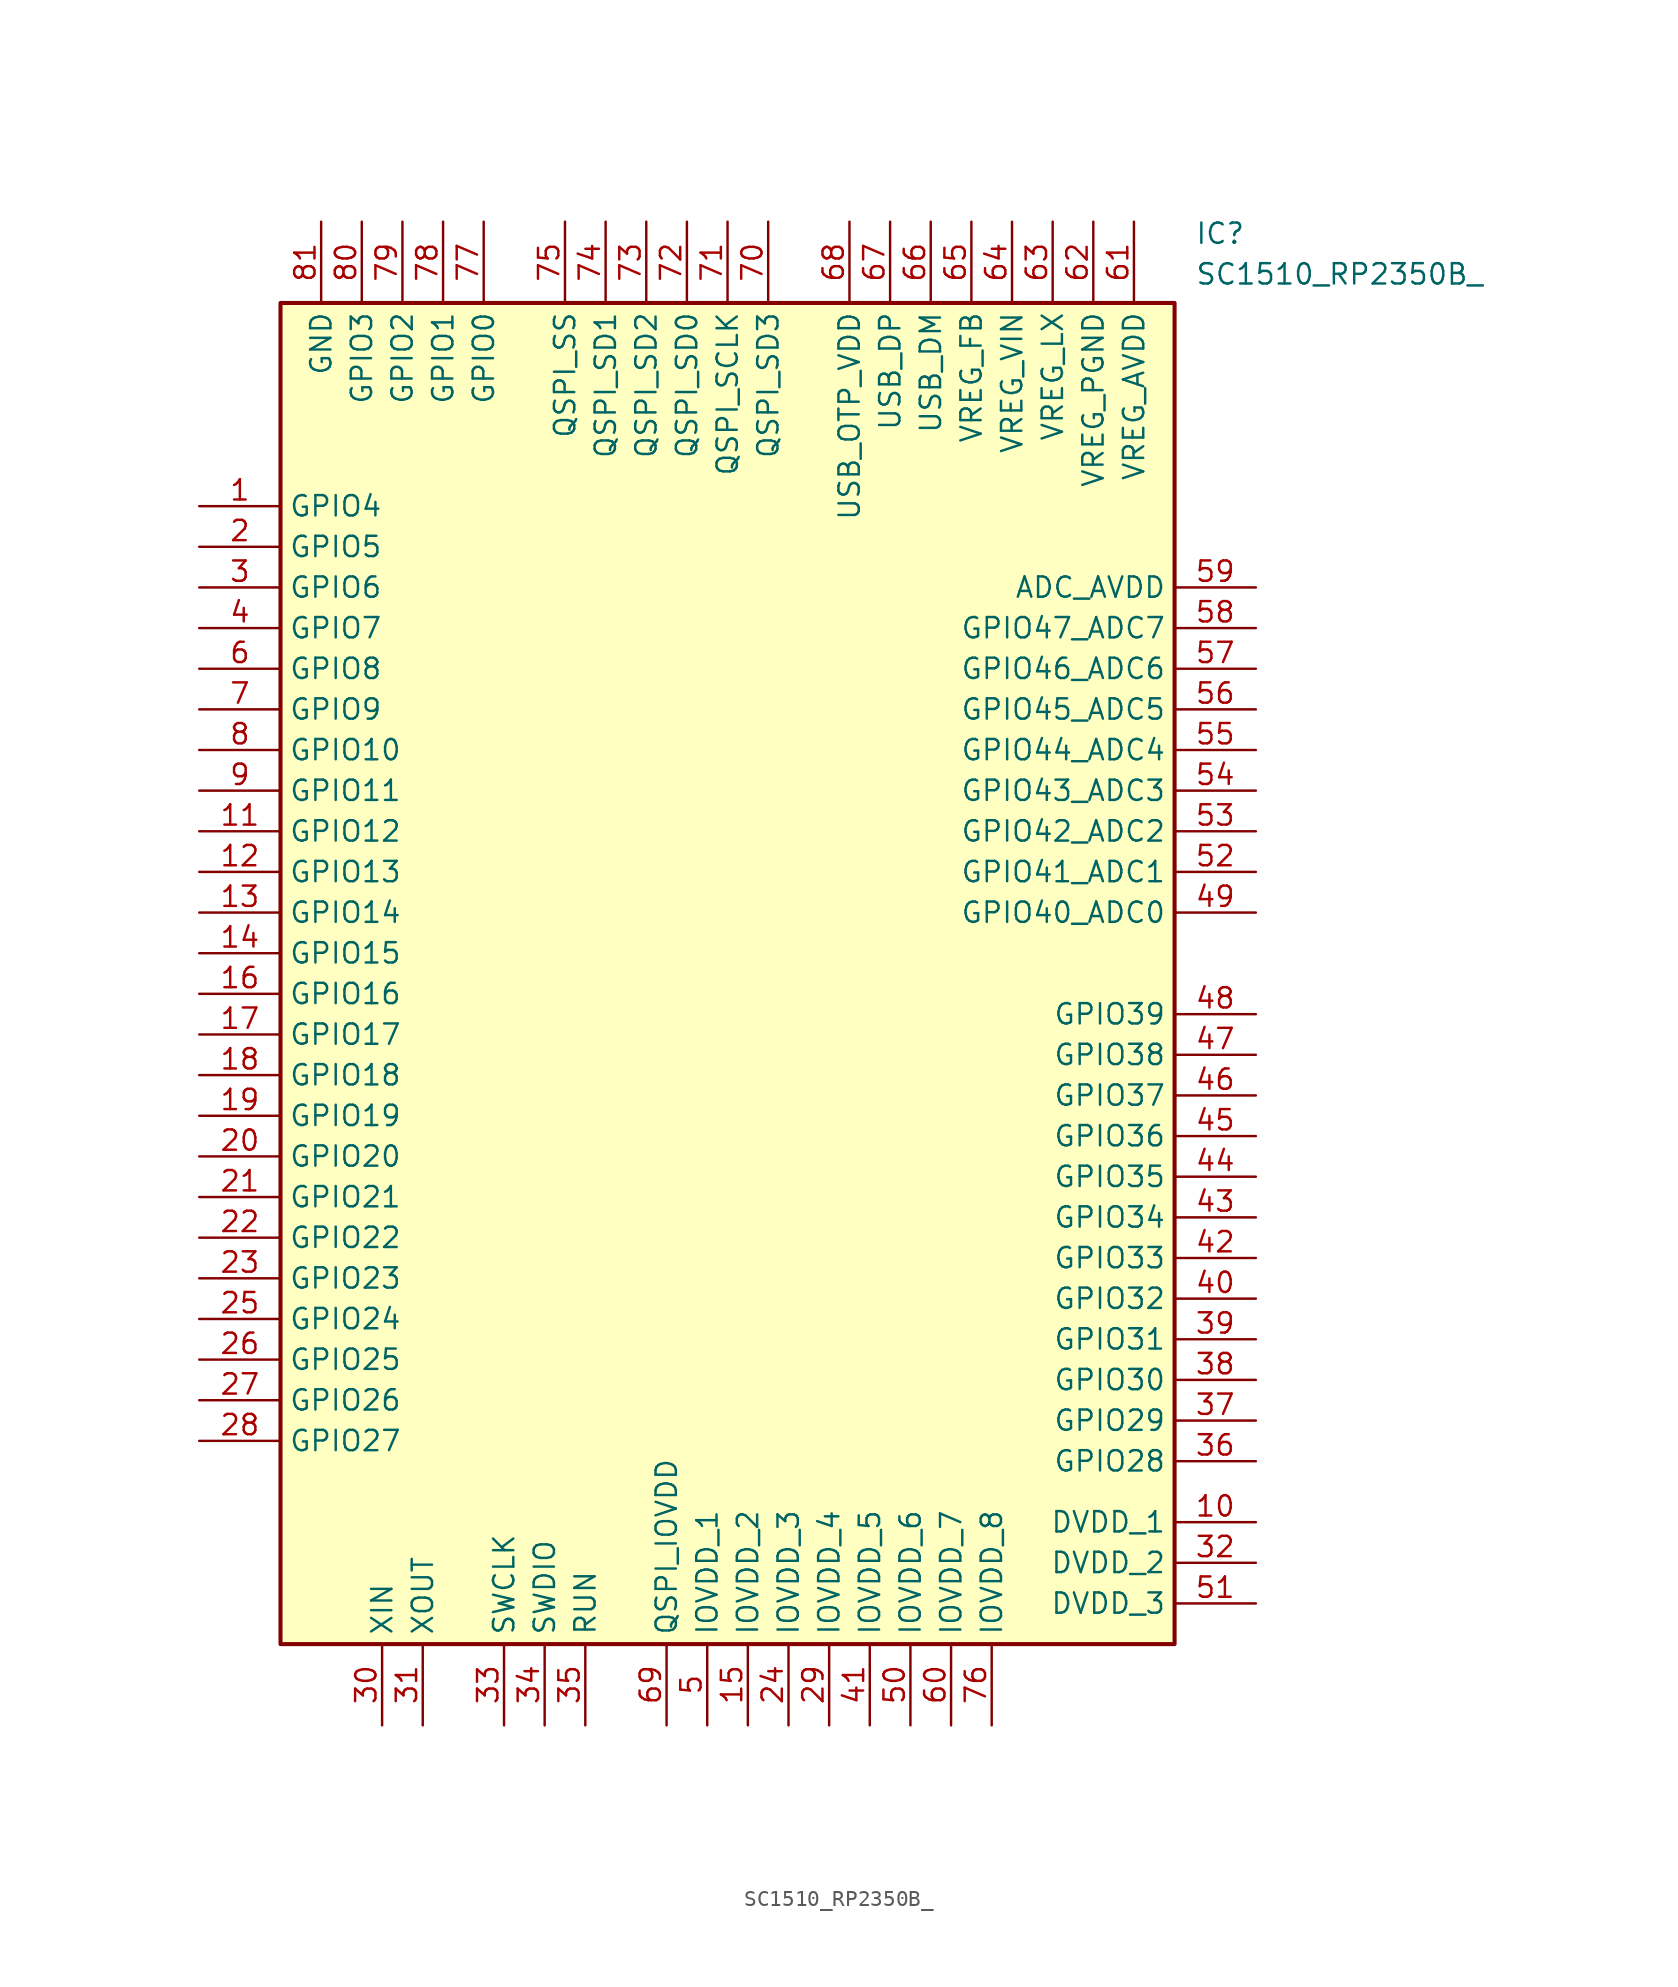
<source format=kicad_sym>
(kicad_symbol_lib
  (version 20241209)
  (generator "kicad_symbol_editor")
  (generator_version "9.0")
  (symbol "SC1510_RP2350B_"
    (property "Reference" "IC"
      (at 62.23 25.4 0)
      (effects (font (size 1.27 1.27)) (justify left top)))
    (property "Value" "SC1510_RP2350B_"
      (at 62.23 22.86 0)
      (effects (font (size 1.27 1.27)) (justify left top)))
    (symbol "SC1510_RP2350B__1_1"
      (rectangle (start 5.08 20.32) (end 60.96 -63.5) (stroke (width 0.254) (type default)) (fill (type background)))
      (pin passive line (at 0 7.62 0) (length 5.08) (name "GPIO4" (effects (font (size 1.27 1.27)))) (number "1" (effects (font (size 1.27 1.27)))))
      (pin passive line (at 0 5.08 0) (length 5.08) (name "GPIO5" (effects (font (size 1.27 1.27)))) (number "2" (effects (font (size 1.27 1.27)))))
      (pin passive line (at 0 2.54 0) (length 5.08) (name "GPIO6" (effects (font (size 1.27 1.27)))) (number "3" (effects (font (size 1.27 1.27)))))
      (pin passive line (at 0 0 0) (length 5.08) (name "GPIO7" (effects (font (size 1.27 1.27)))) (number "4" (effects (font (size 1.27 1.27)))))
      (pin passive line (at 0 -2.54 0) (length 5.08) (name "GPIO8" (effects (font (size 1.27 1.27)))) (number "6" (effects (font (size 1.27 1.27)))))
      (pin passive line (at 0 -5.08 0) (length 5.08) (name "GPIO9" (effects (font (size 1.27 1.27)))) (number "7" (effects (font (size 1.27 1.27)))))
      (pin passive line (at 0 -7.62 0) (length 5.08) (name "GPIO10" (effects (font (size 1.27 1.27)))) (number "8" (effects (font (size 1.27 1.27)))))
      (pin passive line (at 0 -10.16 0) (length 5.08) (name "GPIO11" (effects (font (size 1.27 1.27)))) (number "9" (effects (font (size 1.27 1.27)))))
      (pin passive line (at 0 -12.7 0) (length 5.08) (name "GPIO12" (effects (font (size 1.27 1.27)))) (number "11" (effects (font (size 1.27 1.27)))))
      (pin passive line (at 0 -15.24 0) (length 5.08) (name "GPIO13" (effects (font (size 1.27 1.27)))) (number "12" (effects (font (size 1.27 1.27)))))
      (pin passive line (at 0 -17.78 0) (length 5.08) (name "GPIO14" (effects (font (size 1.27 1.27)))) (number "13" (effects (font (size 1.27 1.27)))))
      (pin passive line (at 0 -20.32 0) (length 5.08) (name "GPIO15" (effects (font (size 1.27 1.27)))) (number "14" (effects (font (size 1.27 1.27)))))
      (pin passive line (at 0 -22.86 0) (length 5.08) (name "GPIO16" (effects (font (size 1.27 1.27)))) (number "16" (effects (font (size 1.27 1.27)))))
      (pin passive line (at 0 -25.4 0) (length 5.08) (name "GPIO17" (effects (font (size 1.27 1.27)))) (number "17" (effects (font (size 1.27 1.27)))))
      (pin passive line (at 0 -27.94 0) (length 5.08) (name "GPIO18" (effects (font (size 1.27 1.27)))) (number "18" (effects (font (size 1.27 1.27)))))
      (pin passive line (at 0 -30.48 0) (length 5.08) (name "GPIO19" (effects (font (size 1.27 1.27)))) (number "19" (effects (font (size 1.27 1.27)))))
      (pin passive line (at 0 -33.02 0) (length 5.08) (name "GPIO20" (effects (font (size 1.27 1.27)))) (number "20" (effects (font (size 1.27 1.27)))))
      (pin passive line (at 0 -35.56 0) (length 5.08) (name "GPIO21" (effects (font (size 1.27 1.27)))) (number "21" (effects (font (size 1.27 1.27)))))
      (pin passive line (at 0 -38.1 0) (length 5.08) (name "GPIO22" (effects (font (size 1.27 1.27)))) (number "22" (effects (font (size 1.27 1.27)))))
      (pin passive line (at 0 -40.64 0) (length 5.08) (name "GPIO23" (effects (font (size 1.27 1.27)))) (number "23" (effects (font (size 1.27 1.27)))))
      (pin passive line (at 0 -43.18 0) (length 5.08) (name "GPIO24" (effects (font (size 1.27 1.27)))) (number "25" (effects (font (size 1.27 1.27)))))
      (pin passive line (at 0 -45.72 0) (length 5.08) (name "GPIO25" (effects (font (size 1.27 1.27)))) (number "26" (effects (font (size 1.27 1.27)))))
      (pin passive line (at 0 -48.26 0) (length 5.08) (name "GPIO26" (effects (font (size 1.27 1.27)))) (number "27" (effects (font (size 1.27 1.27)))))
      (pin passive line (at 0 -50.8 0) (length 5.08) (name "GPIO27" (effects (font (size 1.27 1.27)))) (number "28" (effects (font (size 1.27 1.27)))))
      (pin passive line (at 7.62 25.4 270) (length 5.08) (name "GND" (effects (font (size 1.27 1.27)))) (number "81" (effects (font (size 1.27 1.27)))))
      (pin passive line (at 10.16 25.4 270) (length 5.08) (name "GPIO3" (effects (font (size 1.27 1.27)))) (number "80" (effects (font (size 1.27 1.27)))))
      (pin passive line (at 11.43 -68.58 90) (length 5.08) (name "XIN" (effects (font (size 1.27 1.27)))) (number "30" (effects (font (size 1.27 1.27)))))
      (pin passive line (at 12.7 25.4 270) (length 5.08) (name "GPIO2" (effects (font (size 1.27 1.27)))) (number "79" (effects (font (size 1.27 1.27)))))
      (pin passive line (at 13.97 -68.58 90) (length 5.08) (name "XOUT" (effects (font (size 1.27 1.27)))) (number "31" (effects (font (size 1.27 1.27)))))
      (pin passive line (at 15.24 25.4 270) (length 5.08) (name "GPIO1" (effects (font (size 1.27 1.27)))) (number "78" (effects (font (size 1.27 1.27)))))
      (pin passive line (at 17.78 25.4 270) (length 5.08) (name "GPIO0" (effects (font (size 1.27 1.27)))) (number "77" (effects (font (size 1.27 1.27)))))
      (pin passive line (at 19.05 -68.58 90) (length 5.08) (name "SWCLK" (effects (font (size 1.27 1.27)))) (number "33" (effects (font (size 1.27 1.27)))))
      (pin passive line (at 21.59 -68.58 90) (length 5.08) (name "SWDIO" (effects (font (size 1.27 1.27)))) (number "34" (effects (font (size 1.27 1.27)))))
      (pin passive line (at 22.86 25.4 270) (length 5.08) (name "QSPI_SS" (effects (font (size 1.27 1.27)))) (number "75" (effects (font (size 1.27 1.27)))))
      (pin passive line (at 24.13 -68.58 90) (length 5.08) (name "RUN" (effects (font (size 1.27 1.27)))) (number "35" (effects (font (size 1.27 1.27)))))
      (pin passive line (at 25.4 25.4 270) (length 5.08) (name "QSPI_SD1" (effects (font (size 1.27 1.27)))) (number "74" (effects (font (size 1.27 1.27)))))
      (pin passive line (at 27.94 25.4 270) (length 5.08) (name "QSPI_SD2" (effects (font (size 1.27 1.27)))) (number "73" (effects (font (size 1.27 1.27)))))
      (pin passive line (at 29.21 -68.58 90) (length 5.08) (name "QSPI_IOVDD" (effects (font (size 1.27 1.27)))) (number "69" (effects (font (size 1.27 1.27)))))
      (pin passive line (at 30.48 25.4 270) (length 5.08) (name "QSPI_SD0" (effects (font (size 1.27 1.27)))) (number "72" (effects (font (size 1.27 1.27)))))
      (pin passive line (at 31.75 -68.58 90) (length 5.08) (name "IOVDD_1" (effects (font (size 1.27 1.27)))) (number "5" (effects (font (size 1.27 1.27)))))
      (pin passive line (at 33.02 25.4 270) (length 5.08) (name "QSPI_SCLK" (effects (font (size 1.27 1.27)))) (number "71" (effects (font (size 1.27 1.27)))))
      (pin passive line (at 34.29 -68.58 90) (length 5.08) (name "IOVDD_2" (effects (font (size 1.27 1.27)))) (number "15" (effects (font (size 1.27 1.27)))))
      (pin passive line (at 35.56 25.4 270) (length 5.08) (name "QSPI_SD3" (effects (font (size 1.27 1.27)))) (number "70" (effects (font (size 1.27 1.27)))))
      (pin passive line (at 36.83 -68.58 90) (length 5.08) (name "IOVDD_3" (effects (font (size 1.27 1.27)))) (number "24" (effects (font (size 1.27 1.27)))))
      (pin passive line (at 39.37 -68.58 90) (length 5.08) (name "IOVDD_4" (effects (font (size 1.27 1.27)))) (number "29" (effects (font (size 1.27 1.27)))))
      (pin passive line (at 40.64 25.4 270) (length 5.08) (name "USB_OTP_VDD" (effects (font (size 1.27 1.27)))) (number "68" (effects (font (size 1.27 1.27)))))
      (pin passive line (at 41.91 -68.58 90) (length 5.08) (name "IOVDD_5" (effects (font (size 1.27 1.27)))) (number "41" (effects (font (size 1.27 1.27)))))
      (pin passive line (at 43.18 25.4 270) (length 5.08) (name "USB_DP" (effects (font (size 1.27 1.27)))) (number "67" (effects (font (size 1.27 1.27)))))
      (pin passive line (at 44.45 -68.58 90) (length 5.08) (name "IOVDD_6" (effects (font (size 1.27 1.27)))) (number "50" (effects (font (size 1.27 1.27)))))
      (pin passive line (at 45.72 25.4 270) (length 5.08) (name "USB_DM" (effects (font (size 1.27 1.27)))) (number "66" (effects (font (size 1.27 1.27)))))
      (pin passive line (at 46.99 -68.58 90) (length 5.08) (name "IOVDD_7" (effects (font (size 1.27 1.27)))) (number "60" (effects (font (size 1.27 1.27)))))
      (pin passive line (at 48.26 25.4 270) (length 5.08) (name "VREG_FB" (effects (font (size 1.27 1.27)))) (number "65" (effects (font (size 1.27 1.27)))))
      (pin passive line (at 49.53 -68.58 90) (length 5.08) (name "IOVDD_8" (effects (font (size 1.27 1.27)))) (number "76" (effects (font (size 1.27 1.27)))))
      (pin passive line (at 50.8 25.4 270) (length 5.08) (name "VREG_VIN" (effects (font (size 1.27 1.27)))) (number "64" (effects (font (size 1.27 1.27)))))
      (pin passive line (at 53.34 25.4 270) (length 5.08) (name "VREG_LX" (effects (font (size 1.27 1.27)))) (number "63" (effects (font (size 1.27 1.27)))))
      (pin passive line (at 55.88 25.4 270) (length 5.08) (name "VREG_PGND" (effects (font (size 1.27 1.27)))) (number "62" (effects (font (size 1.27 1.27)))))
      (pin passive line (at 58.42 25.4 270) (length 5.08) (name "VREG_AVDD" (effects (font (size 1.27 1.27)))) (number "61" (effects (font (size 1.27 1.27)))))
      (pin passive line (at 66.04 2.54 180) (length 5.08) (name "ADC_AVDD" (effects (font (size 1.27 1.27)))) (number "59" (effects (font (size 1.27 1.27)))))
      (pin passive line (at 66.04 0 180) (length 5.08) (name "GPIO47_ADC7" (effects (font (size 1.27 1.27)))) (number "58" (effects (font (size 1.27 1.27)))))
      (pin passive line (at 66.04 -2.54 180) (length 5.08) (name "GPIO46_ADC6" (effects (font (size 1.27 1.27)))) (number "57" (effects (font (size 1.27 1.27)))))
      (pin passive line (at 66.04 -5.08 180) (length 5.08) (name "GPIO45_ADC5" (effects (font (size 1.27 1.27)))) (number "56" (effects (font (size 1.27 1.27)))))
      (pin passive line (at 66.04 -7.62 180) (length 5.08) (name "GPIO44_ADC4" (effects (font (size 1.27 1.27)))) (number "55" (effects (font (size 1.27 1.27)))))
      (pin passive line (at 66.04 -10.16 180) (length 5.08) (name "GPIO43_ADC3" (effects (font (size 1.27 1.27)))) (number "54" (effects (font (size 1.27 1.27)))))
      (pin passive line (at 66.04 -12.7 180) (length 5.08) (name "GPIO42_ADC2" (effects (font (size 1.27 1.27)))) (number "53" (effects (font (size 1.27 1.27)))))
      (pin passive line (at 66.04 -15.24 180) (length 5.08) (name "GPIO41_ADC1" (effects (font (size 1.27 1.27)))) (number "52" (effects (font (size 1.27 1.27)))))
      (pin passive line (at 66.04 -17.78 180) (length 5.08) (name "GPIO40_ADC0" (effects (font (size 1.27 1.27)))) (number "49" (effects (font (size 1.27 1.27)))))
      (pin passive line (at 66.04 -24.13 180) (length 5.08) (name "GPIO39" (effects (font (size 1.27 1.27)))) (number "48" (effects (font (size 1.27 1.27)))))
      (pin passive line (at 66.04 -26.67 180) (length 5.08) (name "GPIO38" (effects (font (size 1.27 1.27)))) (number "47" (effects (font (size 1.27 1.27)))))
      (pin passive line (at 66.04 -29.21 180) (length 5.08) (name "GPIO37" (effects (font (size 1.27 1.27)))) (number "46" (effects (font (size 1.27 1.27)))))
      (pin passive line (at 66.04 -31.75 180) (length 5.08) (name "GPIO36" (effects (font (size 1.27 1.27)))) (number "45" (effects (font (size 1.27 1.27)))))
      (pin passive line (at 66.04 -34.29 180) (length 5.08) (name "GPIO35" (effects (font (size 1.27 1.27)))) (number "44" (effects (font (size 1.27 1.27)))))
      (pin passive line (at 66.04 -36.83 180) (length 5.08) (name "GPIO34" (effects (font (size 1.27 1.27)))) (number "43" (effects (font (size 1.27 1.27)))))
      (pin passive line (at 66.04 -39.37 180) (length 5.08) (name "GPIO33" (effects (font (size 1.27 1.27)))) (number "42" (effects (font (size 1.27 1.27)))))
      (pin passive line (at 66.04 -41.91 180) (length 5.08) (name "GPIO32" (effects (font (size 1.27 1.27)))) (number "40" (effects (font (size 1.27 1.27)))))
      (pin passive line (at 66.04 -44.45 180) (length 5.08) (name "GPIO31" (effects (font (size 1.27 1.27)))) (number "39" (effects (font (size 1.27 1.27)))))
      (pin passive line (at 66.04 -46.99 180) (length 5.08) (name "GPIO30" (effects (font (size 1.27 1.27)))) (number "38" (effects (font (size 1.27 1.27)))))
      (pin passive line (at 66.04 -49.53 180) (length 5.08) (name "GPIO29" (effects (font (size 1.27 1.27)))) (number "37" (effects (font (size 1.27 1.27)))))
      (pin passive line (at 66.04 -52.07 180) (length 5.08) (name "GPIO28" (effects (font (size 1.27 1.27)))) (number "36" (effects (font (size 1.27 1.27)))))
      (pin passive line (at 66.04 -55.88 180) (length 5.08) (name "DVDD_1" (effects (font (size 1.27 1.27)))) (number "10" (effects (font (size 1.27 1.27)))))
      (pin passive line (at 66.04 -58.42 180) (length 5.08) (name "DVDD_2" (effects (font (size 1.27 1.27)))) (number "32" (effects (font (size 1.27 1.27)))))
      (pin passive line (at 66.04 -60.96 180) (length 5.08) (name "DVDD_3" (effects (font (size 1.27 1.27)))) (number "51" (effects (font (size 1.27 1.27))))))))
</source>
